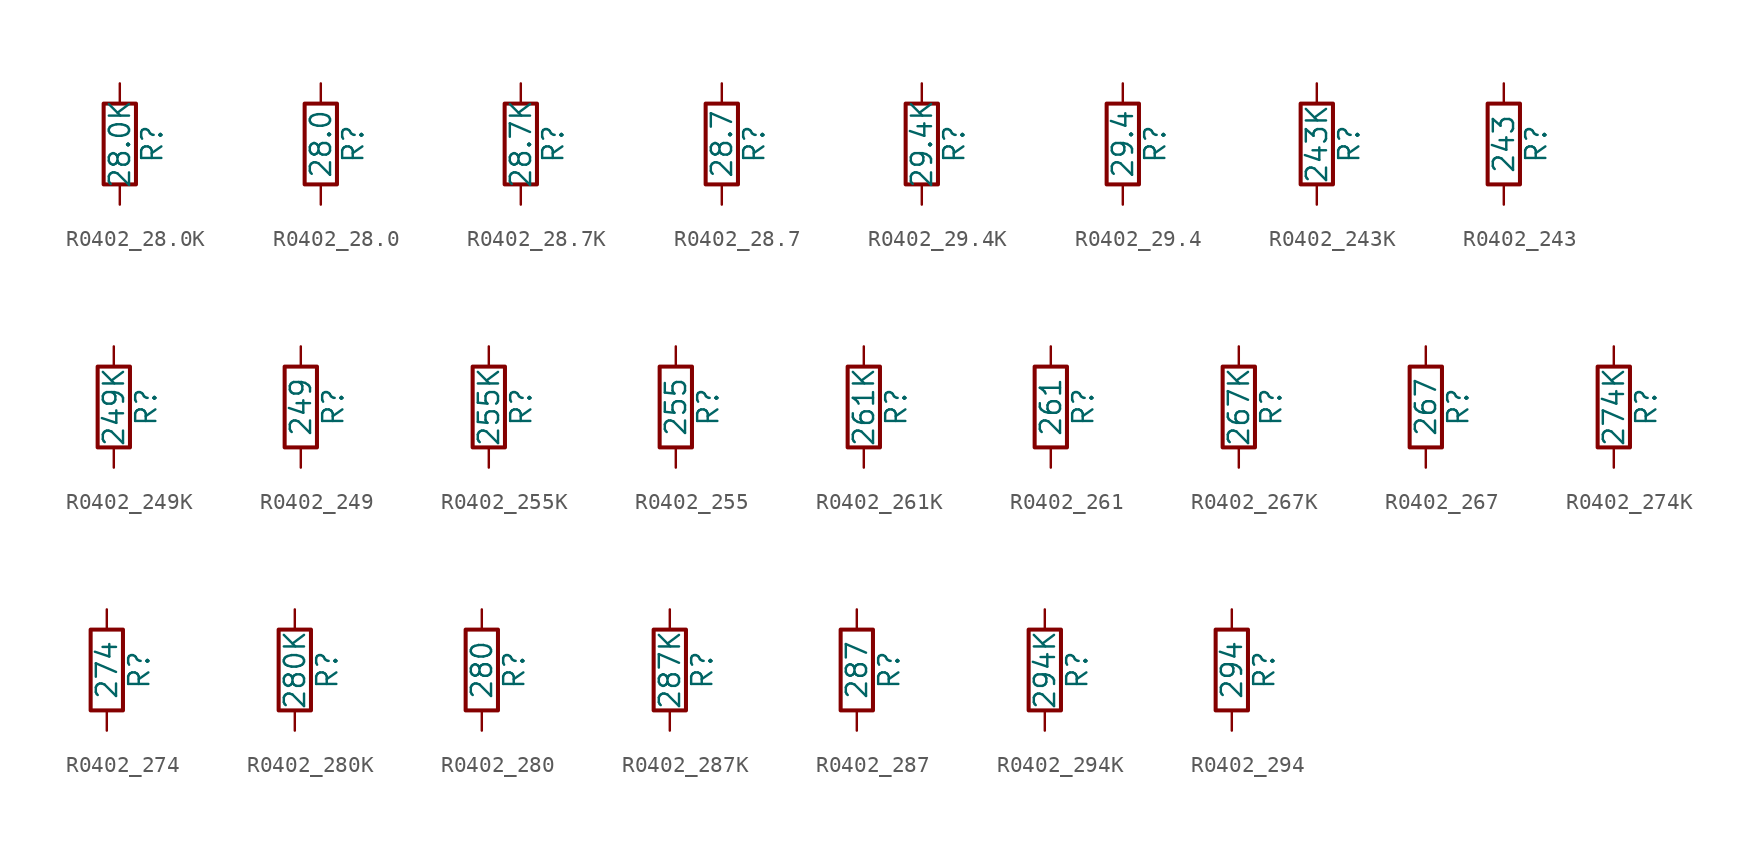
<source format=kicad_sym>
(kicad_symbol_lib
  (version 20211014)
  (generator atlantix-eda)
  (symbol "R0402_28.0K"
    (pin_numbers hide)
    (pin_names
      (offset 0))
    (property "Reference" "R"
      (at 2.032 0 90)
      (effects (font (size 1.27 1.27))))
    (property "Value" "28.0K"
      (at 0 0 90)
      (effects (font (size 1.27 1.27))))
    (symbol "R0402_28.0K_0_1"
      (rectangle (start -1.016 -2.54) (end 1.016 2.54) (stroke (width 0.254) (type default) (color 0 0 0 0)) (fill (type none))))
    (symbol "R0402_28.0K_1_1"
      (pin passive line (at 0 3.81 270) (length 1.27) (name "~" (effects (font (size 1.27 1.27)))) (number "1" (effects (font (size 1.27 1.27)))))
      (pin passive line (at 0 -3.81 90) (length 1.27) (name "~" (effects (font (size 1.27 1.27)))) (number "2" (effects (font (size 1.27 1.27)))))))
  (symbol "R0402_28.0"
    (pin_numbers hide)
    (pin_names
      (offset 0))
    (property "Reference" "R"
      (at 2.032 0 90)
      (effects (font (size 1.27 1.27))))
    (property "Value" "28.0"
      (at 0 0 90)
      (effects (font (size 1.27 1.27))))
    (symbol "R0402_28.0_0_1"
      (rectangle (start -1.016 -2.54) (end 1.016 2.54) (stroke (width 0.254) (type default) (color 0 0 0 0)) (fill (type none))))
    (symbol "R0402_28.0_1_1"
      (pin passive line (at 0 3.81 270) (length 1.27) (name "~" (effects (font (size 1.27 1.27)))) (number "1" (effects (font (size 1.27 1.27)))))
      (pin passive line (at 0 -3.81 90) (length 1.27) (name "~" (effects (font (size 1.27 1.27)))) (number "2" (effects (font (size 1.27 1.27)))))))
  (symbol "R0402_28.7K"
    (pin_numbers hide)
    (pin_names
      (offset 0))
    (property "Reference" "R"
      (at 2.032 0 90)
      (effects (font (size 1.27 1.27))))
    (property "Value" "28.7K"
      (at 0 0 90)
      (effects (font (size 1.27 1.27))))
    (symbol "R0402_28.7K_0_1"
      (rectangle (start -1.016 -2.54) (end 1.016 2.54) (stroke (width 0.254) (type default) (color 0 0 0 0)) (fill (type none))))
    (symbol "R0402_28.7K_1_1"
      (pin passive line (at 0 3.81 270) (length 1.27) (name "~" (effects (font (size 1.27 1.27)))) (number "1" (effects (font (size 1.27 1.27)))))
      (pin passive line (at 0 -3.81 90) (length 1.27) (name "~" (effects (font (size 1.27 1.27)))) (number "2" (effects (font (size 1.27 1.27)))))))
  (symbol "R0402_28.7"
    (pin_numbers hide)
    (pin_names
      (offset 0))
    (property "Reference" "R"
      (at 2.032 0 90)
      (effects (font (size 1.27 1.27))))
    (property "Value" "28.7"
      (at 0 0 90)
      (effects (font (size 1.27 1.27))))
    (symbol "R0402_28.7_0_1"
      (rectangle (start -1.016 -2.54) (end 1.016 2.54) (stroke (width 0.254) (type default) (color 0 0 0 0)) (fill (type none))))
    (symbol "R0402_28.7_1_1"
      (pin passive line (at 0 3.81 270) (length 1.27) (name "~" (effects (font (size 1.27 1.27)))) (number "1" (effects (font (size 1.27 1.27)))))
      (pin passive line (at 0 -3.81 90) (length 1.27) (name "~" (effects (font (size 1.27 1.27)))) (number "2" (effects (font (size 1.27 1.27)))))))
  (symbol "R0402_29.4K"
    (pin_numbers hide)
    (pin_names
      (offset 0))
    (property "Reference" "R"
      (at 2.032 0 90)
      (effects (font (size 1.27 1.27))))
    (property "Value" "29.4K"
      (at 0 0 90)
      (effects (font (size 1.27 1.27))))
    (symbol "R0402_29.4K_0_1"
      (rectangle (start -1.016 -2.54) (end 1.016 2.54) (stroke (width 0.254) (type default) (color 0 0 0 0)) (fill (type none))))
    (symbol "R0402_29.4K_1_1"
      (pin passive line (at 0 3.81 270) (length 1.27) (name "~" (effects (font (size 1.27 1.27)))) (number "1" (effects (font (size 1.27 1.27)))))
      (pin passive line (at 0 -3.81 90) (length 1.27) (name "~" (effects (font (size 1.27 1.27)))) (number "2" (effects (font (size 1.27 1.27)))))))
  (symbol "R0402_29.4"
    (pin_numbers hide)
    (pin_names
      (offset 0))
    (property "Reference" "R"
      (at 2.032 0 90)
      (effects (font (size 1.27 1.27))))
    (property "Value" "29.4"
      (at 0 0 90)
      (effects (font (size 1.27 1.27))))
    (symbol "R0402_29.4_0_1"
      (rectangle (start -1.016 -2.54) (end 1.016 2.54) (stroke (width 0.254) (type default) (color 0 0 0 0)) (fill (type none))))
    (symbol "R0402_29.4_1_1"
      (pin passive line (at 0 3.81 270) (length 1.27) (name "~" (effects (font (size 1.27 1.27)))) (number "1" (effects (font (size 1.27 1.27)))))
      (pin passive line (at 0 -3.81 90) (length 1.27) (name "~" (effects (font (size 1.27 1.27)))) (number "2" (effects (font (size 1.27 1.27)))))))
  (symbol "R0402_243K"
    (pin_numbers hide)
    (pin_names
      (offset 0))
    (property "Reference" "R"
      (at 2.032 0 90)
      (effects (font (size 1.27 1.27))))
    (property "Value" "243K"
      (at 0 0 90)
      (effects (font (size 1.27 1.27))))
    (symbol "R0402_243K_0_1"
      (rectangle (start -1.016 -2.54) (end 1.016 2.54) (stroke (width 0.254) (type default) (color 0 0 0 0)) (fill (type none))))
    (symbol "R0402_243K_1_1"
      (pin passive line (at 0 3.81 270) (length 1.27) (name "~" (effects (font (size 1.27 1.27)))) (number "1" (effects (font (size 1.27 1.27)))))
      (pin passive line (at 0 -3.81 90) (length 1.27) (name "~" (effects (font (size 1.27 1.27)))) (number "2" (effects (font (size 1.27 1.27)))))))
  (symbol "R0402_243"
    (pin_numbers hide)
    (pin_names
      (offset 0))
    (property "Reference" "R"
      (at 2.032 0 90)
      (effects (font (size 1.27 1.27))))
    (property "Value" "243"
      (at 0 0 90)
      (effects (font (size 1.27 1.27))))
    (symbol "R0402_243_0_1"
      (rectangle (start -1.016 -2.54) (end 1.016 2.54) (stroke (width 0.254) (type default) (color 0 0 0 0)) (fill (type none))))
    (symbol "R0402_243_1_1"
      (pin passive line (at 0 3.81 270) (length 1.27) (name "~" (effects (font (size 1.27 1.27)))) (number "1" (effects (font (size 1.27 1.27)))))
      (pin passive line (at 0 -3.81 90) (length 1.27) (name "~" (effects (font (size 1.27 1.27)))) (number "2" (effects (font (size 1.27 1.27)))))))
  (symbol "R0402_249K"
    (pin_numbers hide)
    (pin_names
      (offset 0))
    (property "Reference" "R"
      (at 2.032 0 90)
      (effects (font (size 1.27 1.27))))
    (property "Value" "249K"
      (at 0 0 90)
      (effects (font (size 1.27 1.27))))
    (symbol "R0402_249K_0_1"
      (rectangle (start -1.016 -2.54) (end 1.016 2.54) (stroke (width 0.254) (type default) (color 0 0 0 0)) (fill (type none))))
    (symbol "R0402_249K_1_1"
      (pin passive line (at 0 3.81 270) (length 1.27) (name "~" (effects (font (size 1.27 1.27)))) (number "1" (effects (font (size 1.27 1.27)))))
      (pin passive line (at 0 -3.81 90) (length 1.27) (name "~" (effects (font (size 1.27 1.27)))) (number "2" (effects (font (size 1.27 1.27)))))))
  (symbol "R0402_249"
    (pin_numbers hide)
    (pin_names
      (offset 0))
    (property "Reference" "R"
      (at 2.032 0 90)
      (effects (font (size 1.27 1.27))))
    (property "Value" "249"
      (at 0 0 90)
      (effects (font (size 1.27 1.27))))
    (symbol "R0402_249_0_1"
      (rectangle (start -1.016 -2.54) (end 1.016 2.54) (stroke (width 0.254) (type default) (color 0 0 0 0)) (fill (type none))))
    (symbol "R0402_249_1_1"
      (pin passive line (at 0 3.81 270) (length 1.27) (name "~" (effects (font (size 1.27 1.27)))) (number "1" (effects (font (size 1.27 1.27)))))
      (pin passive line (at 0 -3.81 90) (length 1.27) (name "~" (effects (font (size 1.27 1.27)))) (number "2" (effects (font (size 1.27 1.27)))))))
  (symbol "R0402_255K"
    (pin_numbers hide)
    (pin_names
      (offset 0))
    (property "Reference" "R"
      (at 2.032 0 90)
      (effects (font (size 1.27 1.27))))
    (property "Value" "255K"
      (at 0 0 90)
      (effects (font (size 1.27 1.27))))
    (symbol "R0402_255K_0_1"
      (rectangle (start -1.016 -2.54) (end 1.016 2.54) (stroke (width 0.254) (type default) (color 0 0 0 0)) (fill (type none))))
    (symbol "R0402_255K_1_1"
      (pin passive line (at 0 3.81 270) (length 1.27) (name "~" (effects (font (size 1.27 1.27)))) (number "1" (effects (font (size 1.27 1.27)))))
      (pin passive line (at 0 -3.81 90) (length 1.27) (name "~" (effects (font (size 1.27 1.27)))) (number "2" (effects (font (size 1.27 1.27)))))))
  (symbol "R0402_255"
    (pin_numbers hide)
    (pin_names
      (offset 0))
    (property "Reference" "R"
      (at 2.032 0 90)
      (effects (font (size 1.27 1.27))))
    (property "Value" "255"
      (at 0 0 90)
      (effects (font (size 1.27 1.27))))
    (symbol "R0402_255_0_1"
      (rectangle (start -1.016 -2.54) (end 1.016 2.54) (stroke (width 0.254) (type default) (color 0 0 0 0)) (fill (type none))))
    (symbol "R0402_255_1_1"
      (pin passive line (at 0 3.81 270) (length 1.27) (name "~" (effects (font (size 1.27 1.27)))) (number "1" (effects (font (size 1.27 1.27)))))
      (pin passive line (at 0 -3.81 90) (length 1.27) (name "~" (effects (font (size 1.27 1.27)))) (number "2" (effects (font (size 1.27 1.27)))))))
  (symbol "R0402_261K"
    (pin_numbers hide)
    (pin_names
      (offset 0))
    (property "Reference" "R"
      (at 2.032 0 90)
      (effects (font (size 1.27 1.27))))
    (property "Value" "261K"
      (at 0 0 90)
      (effects (font (size 1.27 1.27))))
    (symbol "R0402_261K_0_1"
      (rectangle (start -1.016 -2.54) (end 1.016 2.54) (stroke (width 0.254) (type default) (color 0 0 0 0)) (fill (type none))))
    (symbol "R0402_261K_1_1"
      (pin passive line (at 0 3.81 270) (length 1.27) (name "~" (effects (font (size 1.27 1.27)))) (number "1" (effects (font (size 1.27 1.27)))))
      (pin passive line (at 0 -3.81 90) (length 1.27) (name "~" (effects (font (size 1.27 1.27)))) (number "2" (effects (font (size 1.27 1.27)))))))
  (symbol "R0402_261"
    (pin_numbers hide)
    (pin_names
      (offset 0))
    (property "Reference" "R"
      (at 2.032 0 90)
      (effects (font (size 1.27 1.27))))
    (property "Value" "261"
      (at 0 0 90)
      (effects (font (size 1.27 1.27))))
    (symbol "R0402_261_0_1"
      (rectangle (start -1.016 -2.54) (end 1.016 2.54) (stroke (width 0.254) (type default) (color 0 0 0 0)) (fill (type none))))
    (symbol "R0402_261_1_1"
      (pin passive line (at 0 3.81 270) (length 1.27) (name "~" (effects (font (size 1.27 1.27)))) (number "1" (effects (font (size 1.27 1.27)))))
      (pin passive line (at 0 -3.81 90) (length 1.27) (name "~" (effects (font (size 1.27 1.27)))) (number "2" (effects (font (size 1.27 1.27)))))))
  (symbol "R0402_267K"
    (pin_numbers hide)
    (pin_names
      (offset 0))
    (property "Reference" "R"
      (at 2.032 0 90)
      (effects (font (size 1.27 1.27))))
    (property "Value" "267K"
      (at 0 0 90)
      (effects (font (size 1.27 1.27))))
    (symbol "R0402_267K_0_1"
      (rectangle (start -1.016 -2.54) (end 1.016 2.54) (stroke (width 0.254) (type default) (color 0 0 0 0)) (fill (type none))))
    (symbol "R0402_267K_1_1"
      (pin passive line (at 0 3.81 270) (length 1.27) (name "~" (effects (font (size 1.27 1.27)))) (number "1" (effects (font (size 1.27 1.27)))))
      (pin passive line (at 0 -3.81 90) (length 1.27) (name "~" (effects (font (size 1.27 1.27)))) (number "2" (effects (font (size 1.27 1.27)))))))
  (symbol "R0402_267"
    (pin_numbers hide)
    (pin_names
      (offset 0))
    (property "Reference" "R"
      (at 2.032 0 90)
      (effects (font (size 1.27 1.27))))
    (property "Value" "267"
      (at 0 0 90)
      (effects (font (size 1.27 1.27))))
    (symbol "R0402_267_0_1"
      (rectangle (start -1.016 -2.54) (end 1.016 2.54) (stroke (width 0.254) (type default) (color 0 0 0 0)) (fill (type none))))
    (symbol "R0402_267_1_1"
      (pin passive line (at 0 3.81 270) (length 1.27) (name "~" (effects (font (size 1.27 1.27)))) (number "1" (effects (font (size 1.27 1.27)))))
      (pin passive line (at 0 -3.81 90) (length 1.27) (name "~" (effects (font (size 1.27 1.27)))) (number "2" (effects (font (size 1.27 1.27)))))))
  (symbol "R0402_274K"
    (pin_numbers hide)
    (pin_names
      (offset 0))
    (property "Reference" "R"
      (at 2.032 0 90)
      (effects (font (size 1.27 1.27))))
    (property "Value" "274K"
      (at 0 0 90)
      (effects (font (size 1.27 1.27))))
    (symbol "R0402_274K_0_1"
      (rectangle (start -1.016 -2.54) (end 1.016 2.54) (stroke (width 0.254) (type default) (color 0 0 0 0)) (fill (type none))))
    (symbol "R0402_274K_1_1"
      (pin passive line (at 0 3.81 270) (length 1.27) (name "~" (effects (font (size 1.27 1.27)))) (number "1" (effects (font (size 1.27 1.27)))))
      (pin passive line (at 0 -3.81 90) (length 1.27) (name "~" (effects (font (size 1.27 1.27)))) (number "2" (effects (font (size 1.27 1.27)))))))
  (symbol "R0402_274"
    (pin_numbers hide)
    (pin_names
      (offset 0))
    (property "Reference" "R"
      (at 2.032 0 90)
      (effects (font (size 1.27 1.27))))
    (property "Value" "274"
      (at 0 0 90)
      (effects (font (size 1.27 1.27))))
    (symbol "R0402_274_0_1"
      (rectangle (start -1.016 -2.54) (end 1.016 2.54) (stroke (width 0.254) (type default) (color 0 0 0 0)) (fill (type none))))
    (symbol "R0402_274_1_1"
      (pin passive line (at 0 3.81 270) (length 1.27) (name "~" (effects (font (size 1.27 1.27)))) (number "1" (effects (font (size 1.27 1.27)))))
      (pin passive line (at 0 -3.81 90) (length 1.27) (name "~" (effects (font (size 1.27 1.27)))) (number "2" (effects (font (size 1.27 1.27)))))))
  (symbol "R0402_280K"
    (pin_numbers hide)
    (pin_names
      (offset 0))
    (property "Reference" "R"
      (at 2.032 0 90)
      (effects (font (size 1.27 1.27))))
    (property "Value" "280K"
      (at 0 0 90)
      (effects (font (size 1.27 1.27))))
    (symbol "R0402_280K_0_1"
      (rectangle (start -1.016 -2.54) (end 1.016 2.54) (stroke (width 0.254) (type default) (color 0 0 0 0)) (fill (type none))))
    (symbol "R0402_280K_1_1"
      (pin passive line (at 0 3.81 270) (length 1.27) (name "~" (effects (font (size 1.27 1.27)))) (number "1" (effects (font (size 1.27 1.27)))))
      (pin passive line (at 0 -3.81 90) (length 1.27) (name "~" (effects (font (size 1.27 1.27)))) (number "2" (effects (font (size 1.27 1.27)))))))
  (symbol "R0402_280"
    (pin_numbers hide)
    (pin_names
      (offset 0))
    (property "Reference" "R"
      (at 2.032 0 90)
      (effects (font (size 1.27 1.27))))
    (property "Value" "280"
      (at 0 0 90)
      (effects (font (size 1.27 1.27))))
    (symbol "R0402_280_0_1"
      (rectangle (start -1.016 -2.54) (end 1.016 2.54) (stroke (width 0.254) (type default) (color 0 0 0 0)) (fill (type none))))
    (symbol "R0402_280_1_1"
      (pin passive line (at 0 3.81 270) (length 1.27) (name "~" (effects (font (size 1.27 1.27)))) (number "1" (effects (font (size 1.27 1.27)))))
      (pin passive line (at 0 -3.81 90) (length 1.27) (name "~" (effects (font (size 1.27 1.27)))) (number "2" (effects (font (size 1.27 1.27)))))))
  (symbol "R0402_287K"
    (pin_numbers hide)
    (pin_names
      (offset 0))
    (property "Reference" "R"
      (at 2.032 0 90)
      (effects (font (size 1.27 1.27))))
    (property "Value" "287K"
      (at 0 0 90)
      (effects (font (size 1.27 1.27))))
    (symbol "R0402_287K_0_1"
      (rectangle (start -1.016 -2.54) (end 1.016 2.54) (stroke (width 0.254) (type default) (color 0 0 0 0)) (fill (type none))))
    (symbol "R0402_287K_1_1"
      (pin passive line (at 0 3.81 270) (length 1.27) (name "~" (effects (font (size 1.27 1.27)))) (number "1" (effects (font (size 1.27 1.27)))))
      (pin passive line (at 0 -3.81 90) (length 1.27) (name "~" (effects (font (size 1.27 1.27)))) (number "2" (effects (font (size 1.27 1.27)))))))
  (symbol "R0402_287"
    (pin_numbers hide)
    (pin_names
      (offset 0))
    (property "Reference" "R"
      (at 2.032 0 90)
      (effects (font (size 1.27 1.27))))
    (property "Value" "287"
      (at 0 0 90)
      (effects (font (size 1.27 1.27))))
    (symbol "R0402_287_0_1"
      (rectangle (start -1.016 -2.54) (end 1.016 2.54) (stroke (width 0.254) (type default) (color 0 0 0 0)) (fill (type none))))
    (symbol "R0402_287_1_1"
      (pin passive line (at 0 3.81 270) (length 1.27) (name "~" (effects (font (size 1.27 1.27)))) (number "1" (effects (font (size 1.27 1.27)))))
      (pin passive line (at 0 -3.81 90) (length 1.27) (name "~" (effects (font (size 1.27 1.27)))) (number "2" (effects (font (size 1.27 1.27)))))))
  (symbol "R0402_294K"
    (pin_numbers hide)
    (pin_names
      (offset 0))
    (property "Reference" "R"
      (at 2.032 0 90)
      (effects (font (size 1.27 1.27))))
    (property "Value" "294K"
      (at 0 0 90)
      (effects (font (size 1.27 1.27))))
    (symbol "R0402_294K_0_1"
      (rectangle (start -1.016 -2.54) (end 1.016 2.54) (stroke (width 0.254) (type default) (color 0 0 0 0)) (fill (type none))))
    (symbol "R0402_294K_1_1"
      (pin passive line (at 0 3.81 270) (length 1.27) (name "~" (effects (font (size 1.27 1.27)))) (number "1" (effects (font (size 1.27 1.27)))))
      (pin passive line (at 0 -3.81 90) (length 1.27) (name "~" (effects (font (size 1.27 1.27)))) (number "2" (effects (font (size 1.27 1.27)))))))
  (symbol "R0402_294"
    (pin_numbers hide)
    (pin_names
      (offset 0))
    (property "Reference" "R"
      (at 2.032 0 90)
      (effects (font (size 1.27 1.27))))
    (property "Value" "294"
      (at 0 0 90)
      (effects (font (size 1.27 1.27))))
    (symbol "R0402_294_0_1"
      (rectangle (start -1.016 -2.54) (end 1.016 2.54) (stroke (width 0.254) (type default) (color 0 0 0 0)) (fill (type none))))
    (symbol "R0402_294_1_1"
      (pin passive line (at 0 3.81 270) (length 1.27) (name "~" (effects (font (size 1.27 1.27)))) (number "1" (effects (font (size 1.27 1.27)))))
      (pin passive line (at 0 -3.81 90) (length 1.27) (name "~" (effects (font (size 1.27 1.27)))) (number "2" (effects (font (size 1.27 1.27))))))))
</source>
